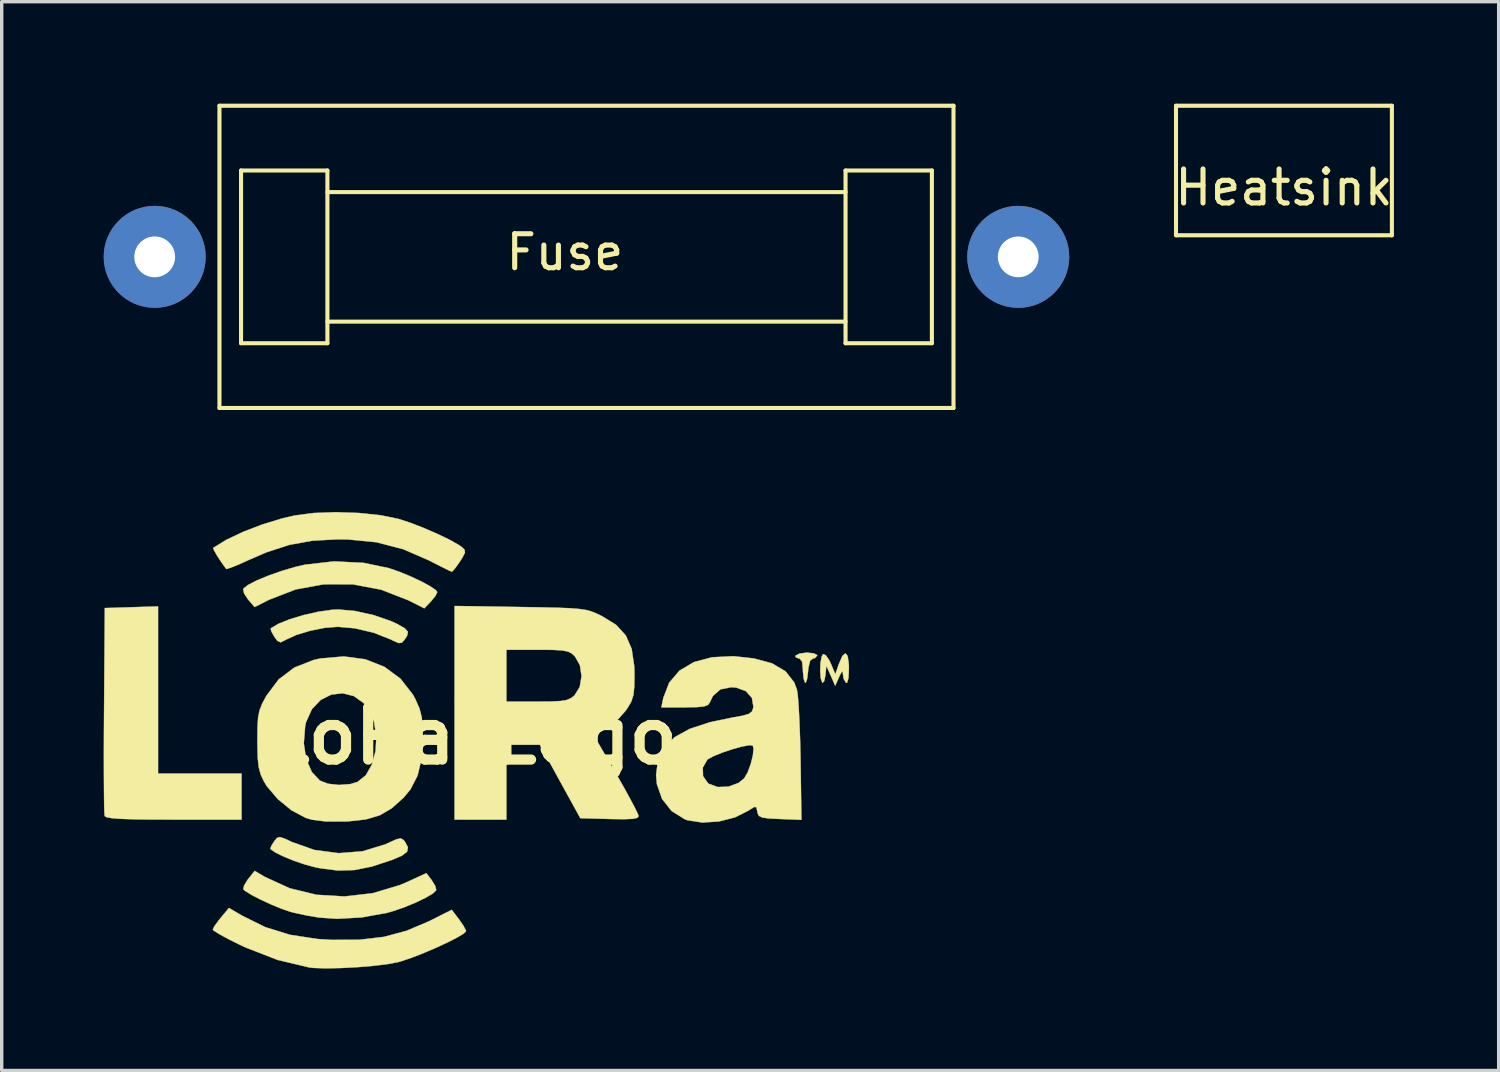
<source format=kicad_pcb>
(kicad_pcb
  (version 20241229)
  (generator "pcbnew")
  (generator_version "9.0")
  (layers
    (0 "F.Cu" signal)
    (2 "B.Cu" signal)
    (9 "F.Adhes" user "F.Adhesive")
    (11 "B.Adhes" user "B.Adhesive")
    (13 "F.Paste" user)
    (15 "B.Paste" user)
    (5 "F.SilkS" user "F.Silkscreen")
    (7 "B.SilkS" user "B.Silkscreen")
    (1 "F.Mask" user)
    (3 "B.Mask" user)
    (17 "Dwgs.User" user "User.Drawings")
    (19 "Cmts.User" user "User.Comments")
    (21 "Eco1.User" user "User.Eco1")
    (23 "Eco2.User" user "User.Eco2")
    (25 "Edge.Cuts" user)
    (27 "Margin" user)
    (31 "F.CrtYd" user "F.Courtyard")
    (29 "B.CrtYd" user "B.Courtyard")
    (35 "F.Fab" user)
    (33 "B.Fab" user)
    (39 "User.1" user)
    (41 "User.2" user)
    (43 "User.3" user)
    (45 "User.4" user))
  (footprint "LoRa Logo"
    (layer "F.Cu")
    (at 10.828 18.602)
    (property "Reference" "LoRa Logo" (at 0 0 0) (layer "F.SilkS") (effects (font (size 1.524 1.524) (thickness 0.3))))
    (attr through_hole)
    (fp_poly (pts (xy -9.229 1.101) (xy -6.773 1.101) (xy -6.773 2.455) (xy -8.766 2.455) (xy -9.435 2.453) (xy -9.952 2.446) (xy -10.33 2.433) (xy -10.587 2.414) (xy -10.737 2.387) (xy -10.798 2.352) (xy -10.799 2.349) (xy -10.808 2.242) (xy -10.815 1.986) (xy -10.819 1.6) (xy -10.822 1.105) (xy -10.823 0.521) (xy -10.821 -0.134) (xy -10.817 -0.762) (xy -10.795 -3.768) (xy -9.229 -3.816) (xy -9.229 1.101)) (stroke (width 0.01) (type solid)) (fill yes) (layer "F.SilkS"))
    (fp_poly (pts (xy 10.063 -2.434) (xy 10.158 -2.381) (xy 10.16 -2.371) (xy 10.092 -2.295) (xy 10.038 -2.286) (xy 9.95 -2.219) (xy 9.899 -2.007) (xy 9.889 -1.897) (xy 9.862 -1.683) (xy 9.823 -1.573) (xy 9.8 -1.573) (xy 9.759 -1.692) (xy 9.738 -1.907) (xy 9.737 -1.961) (xy 9.715 -2.188) (xy 9.643 -2.28) (xy 9.605 -2.286) (xy 9.517 -2.327) (xy 9.525 -2.371) (xy 9.638 -2.428) (xy 9.843 -2.455) (xy 9.869 -2.455) (xy 10.063 -2.434)) (stroke (width 0.01) (type solid)) (fill yes) (layer "F.SilkS"))
    (fp_poly (pts (xy -5.501 3.015) (xy -5.302 3.11) (xy -4.628 3.349) (xy -3.919 3.442) (xy -3.213 3.387) (xy -2.545 3.183) (xy -2.445 3.137) (xy -2.22 3.035) (xy -2.093 3.007) (xy -2.013 3.05) (xy -1.969 3.104) (xy -1.879 3.271) (xy -1.905 3.402) (xy -2.063 3.52) (xy -2.347 3.64) (xy -2.941 3.836) (xy -3.454 3.939) (xy -3.944 3.953) (xy -4.466 3.885) (xy -4.614 3.855) (xy -4.912 3.775) (xy -5.231 3.666) (xy -5.531 3.544) (xy -5.77 3.427) (xy -5.908 3.334) (xy -5.927 3.301) (xy -5.882 3.2) (xy -5.807 3.086) (xy -5.729 2.993) (xy -5.644 2.969) (xy -5.501 3.015)) (stroke (width 0.01) (type solid)) (fill yes) (layer "F.SilkS"))
    (fp_poly (pts (xy -3.185 -5.097) (xy -2.446 -4.943) (xy -2.135 -4.836) (xy -1.803 -4.699) (xy -1.487 -4.551) (xy -1.227 -4.41) (xy -1.059 -4.295) (xy -1.016 -4.237) (xy -1.069 -4.126) (xy -1.199 -3.966) (xy -1.206 -3.958) (xy -1.397 -3.759) (xy -1.863 -3.994) (xy -2.664 -4.307) (xy -3.501 -4.465) (xy -4.35 -4.467) (xy -5.183 -4.314) (xy -5.961 -4.013) (xy -6.39 -3.797) (xy -6.583 -4.021) (xy -6.697 -4.194) (xy -6.726 -4.323) (xy -6.721 -4.335) (xy -6.589 -4.443) (xy -6.331 -4.577) (xy -5.986 -4.72) (xy -5.592 -4.859) (xy -5.188 -4.978) (xy -4.909 -5.043) (xy -4.053 -5.14) (xy -3.185 -5.097)) (stroke (width 0.01) (type solid)) (fill yes) (layer "F.SilkS"))
    (fp_poly (pts (xy 11.055 -2.354) (xy 11.089 -2.112) (xy 11.091 -1.992) (xy 11.078 -1.715) (xy 11.041 -1.575) (xy 11.007 -1.566) (xy 10.937 -1.685) (xy 10.918 -1.804) (xy 10.907 -1.908) (xy 10.867 -1.873) (xy 10.801 -1.736) (xy 10.688 -1.482) (xy 10.558 -1.778) (xy 10.428 -2.074) (xy 10.4 -1.791) (xy 10.365 -1.62) (xy 10.317 -1.566) (xy 10.308 -1.572) (xy 10.263 -1.702) (xy 10.246 -1.92) (xy 10.256 -2.158) (xy 10.292 -2.347) (xy 10.331 -2.414) (xy 10.413 -2.378) (xy 10.517 -2.225) (xy 10.555 -2.144) (xy 10.692 -1.82) (xy 10.792 -2.112) (xy 10.899 -2.357) (xy 10.989 -2.437) (xy 11.055 -2.354)) (stroke (width 0.01) (type solid)) (fill yes) (layer "F.SilkS"))
    (fp_poly (pts (xy -3.43 -3.68) (xy -2.886 -3.559) (xy -2.376 -3.383) (xy -2.199 -3.301) (xy -1.971 -3.172) (xy -1.879 -3.068) (xy -1.905 -2.948) (xy -1.975 -2.843) (xy -2.058 -2.749) (xy -2.151 -2.737) (xy -2.315 -2.808) (xy -2.377 -2.84) (xy -2.88 -3.04) (xy -3.45 -3.173) (xy -3.943 -3.216) (xy -4.329 -3.185) (xy -4.757 -3.099) (xy -5.159 -2.978) (xy -5.466 -2.838) (xy -5.48 -2.829) (xy -5.622 -2.759) (xy -5.72 -2.802) (xy -5.809 -2.923) (xy -5.898 -3.082) (xy -5.917 -3.166) (xy -5.917 -3.167) (xy -5.694 -3.302) (xy -5.352 -3.439) (xy -4.94 -3.563) (xy -4.51 -3.66) (xy -4.109 -3.717) (xy -3.921 -3.725) (xy -3.43 -3.68)) (stroke (width 0.01) (type solid)) (fill yes) (layer "F.SilkS"))
    (fp_poly (pts (xy -6.088 4.14) (xy -5.36 4.474) (xy -4.569 4.666) (xy -3.744 4.715) (xy -2.915 4.62) (xy -2.113 4.38) (xy -1.918 4.297) (xy -1.338 4.031) (xy -1.179 4.238) (xy -1.074 4.409) (xy -1.046 4.53) (xy -1.142 4.626) (xy -1.36 4.755) (xy -1.658 4.898) (xy -1.996 5.037) (xy -2.334 5.152) (xy -2.502 5.199) (xy -3.241 5.332) (xy -3.965 5.373) (xy -4.487 5.337) (xy -4.839 5.278) (xy -5.195 5.202) (xy -5.332 5.168) (xy -5.588 5.081) (xy -5.894 4.955) (xy -6.206 4.812) (xy -6.478 4.671) (xy -6.665 4.556) (xy -6.72 4.505) (xy -6.701 4.4) (xy -6.599 4.23) (xy -6.575 4.199) (xy -6.387 3.963) (xy -6.088 4.14)) (stroke (width 0.01) (type solid)) (fill yes) (layer "F.SilkS"))
    (fp_poly (pts (xy -6.759 5.28) (xy -6.072 5.619) (xy -5.345 5.844) (xy -4.535 5.967) (xy -4.135 5.992) (xy -3.31 5.989) (xy -2.587 5.904) (xy -1.919 5.725) (xy -1.257 5.444) (xy -1.222 5.426) (xy -0.591 5.109) (xy -0.38 5.385) (xy -0.247 5.576) (xy -0.174 5.715) (xy -0.169 5.738) (xy -0.243 5.811) (xy -0.441 5.928) (xy -0.728 6.074) (xy -1.071 6.232) (xy -1.434 6.387) (xy -1.785 6.523) (xy -2.087 6.624) (xy -2.159 6.645) (xy -2.468 6.704) (xy -2.889 6.756) (xy -3.369 6.796) (xy -3.859 6.821) (xy -4.307 6.83) (xy -4.663 6.817) (xy -4.784 6.803) (xy -5.71 6.583) (xy -6.665 6.212) (xy -6.837 6.131) (xy -7.163 5.968) (xy -7.422 5.827) (xy -7.583 5.726) (xy -7.62 5.689) (xy -7.57 5.589) (xy -7.445 5.416) (xy -7.382 5.339) (xy -7.144 5.054) (xy -6.759 5.28)) (stroke (width 0.01) (type solid)) (fill yes) (layer "F.SilkS"))
    (fp_poly (pts (xy -3.322 -6.564) (xy -2.679 -6.496) (xy -2.159 -6.39) (xy -1.817 -6.279) (xy -1.418 -6.124) (xy -1.012 -5.948) (xy -0.648 -5.773) (xy -0.377 -5.619) (xy -0.307 -5.571) (xy -0.214 -5.486) (xy -0.202 -5.397) (xy -0.277 -5.251) (xy -0.349 -5.138) (xy -0.48 -4.952) (xy -0.573 -4.846) (xy -0.593 -4.837) (xy -0.682 -4.877) (xy -0.884 -4.977) (xy -1.159 -5.117) (xy -1.255 -5.167) (xy -2.023 -5.5) (xy -2.807 -5.703) (xy -3.656 -5.786) (xy -3.937 -5.789) (xy -4.687 -5.749) (xy -5.367 -5.626) (xy -6.047 -5.405) (xy -6.541 -5.191) (xy -6.84 -5.056) (xy -7.075 -4.96) (xy -7.208 -4.917) (xy -7.225 -4.918) (xy -7.364 -5.111) (xy -7.495 -5.312) (xy -7.586 -5.47) (xy -7.608 -5.536) (xy -7.228 -5.771) (xy -6.729 -6.008) (xy -6.163 -6.225) (xy -5.579 -6.404) (xy -5.216 -6.489) (xy -4.656 -6.563) (xy -4.003 -6.587) (xy -3.322 -6.564)) (stroke (width 0.01) (type solid)) (fill yes) (layer "F.SilkS"))
    (fp_poly (pts (xy 1.418 -3.798) (xy 2.038 -3.788) (xy 2.514 -3.777) (xy 2.872 -3.763) (xy 3.138 -3.743) (xy 3.338 -3.715) (xy 3.497 -3.674) (xy 3.641 -3.619) (xy 3.796 -3.546) (xy 3.831 -3.528) (xy 4.244 -3.273) (xy 4.529 -2.962) (xy 4.701 -2.567) (xy 4.777 -2.059) (xy 4.784 -1.807) (xy 4.778 -1.449) (xy 4.752 -1.206) (xy 4.692 -1.019) (xy 4.585 -0.835) (xy 4.53 -0.755) (xy 4.304 -0.498) (xy 4.034 -0.275) (xy 3.93 -0.211) (xy 3.584 -0.029) (xy 4.243 1.107) (xy 4.471 1.506) (xy 4.665 1.859) (xy 4.811 2.136) (xy 4.893 2.311) (xy 4.906 2.352) (xy 4.867 2.403) (xy 4.73 2.433) (xy 4.471 2.443) (xy 4.067 2.438) (xy 4.051 2.437) (xy 3.191 2.413) (xy 2.003 0.254) (xy 1.016 0.254) (xy 1.016 2.455) (xy -0.508 2.455) (xy -0.508 -2.54) (xy 1.016 -2.54) (xy 1.016 -1.016) (xy 1.921 -1.016) (xy 2.332 -1.019) (xy 2.61 -1.033) (xy 2.794 -1.064) (xy 2.919 -1.118) (xy 3.021 -1.2) (xy 3.174 -1.448) (xy 3.227 -1.767) (xy 3.178 -2.089) (xy 3.033 -2.344) (xy 2.939 -2.431) (xy 2.828 -2.488) (xy 2.664 -2.52) (xy 2.411 -2.536) (xy 2.033 -2.54) (xy 1.933 -2.54) (xy 1.016 -2.54) (xy -0.508 -2.54) (xy -0.508 -3.828) (xy 1.418 -3.798)) (stroke (width 0.01) (type solid)) (fill yes) (layer "F.SilkS"))
    (fp_poly (pts (xy -3.133 -2.26) (xy -2.572 -2.039) (xy -2.099 -1.69) (xy -1.731 -1.219) (xy -1.658 -1.082) (xy -1.539 -0.811) (xy -1.472 -0.55) (xy -1.444 -0.231) (xy -1.439 0.044) (xy -1.477 0.662) (xy -1.595 1.158) (xy -1.805 1.566) (xy -2.008 1.811) (xy -2.354 2.121) (xy -2.706 2.327) (xy -3.115 2.449) (xy -3.628 2.506) (xy -3.768 2.511) (xy -4.302 2.509) (xy -4.7 2.459) (xy -4.878 2.408) (xy -5.3 2.185) (xy -5.705 1.854) (xy -6.031 1.471) (xy -6.12 1.324) (xy -6.211 1.128) (xy -6.267 0.918) (xy -6.297 0.648) (xy -6.307 0.27) (xy -6.307 0.212) (xy -4.942 0.212) (xy -4.873 0.674) (xy -4.706 1.056) (xy -4.468 1.308) (xy -4.228 1.401) (xy -3.904 1.436) (xy -3.573 1.41) (xy -3.362 1.347) (xy -3.117 1.149) (xy -2.938 0.833) (xy -2.832 0.438) (xy -2.808 0.008) (xy -2.876 -0.419) (xy -2.949 -0.623) (xy -3.176 -0.967) (xy -3.469 -1.178) (xy -3.799 -1.261) (xy -4.135 -1.221) (xy -4.447 -1.064) (xy -4.704 -0.793) (xy -4.875 -0.415) (xy -4.902 -0.296) (xy -4.942 0.212) (xy -6.307 0.212) (xy -6.308 0.127) (xy -6.304 -0.272) (xy -6.286 -0.551) (xy -6.243 -0.763) (xy -6.166 -0.957) (xy -6.045 -1.183) (xy -5.684 -1.666) (xy -5.222 -2.017) (xy -4.65 -2.241) (xy -4.451 -2.285) (xy -3.765 -2.344) (xy -3.133 -2.26)) (stroke (width 0.01) (type solid)) (fill yes) (layer "F.SilkS"))
    (fp_poly (pts (xy 8.29 -2.287) (xy 8.83 -2.141) (xy 9.226 -1.907) (xy 9.481 -1.583) (xy 9.562 -1.368) (xy 9.588 -1.19) (xy 9.613 -0.874) (xy 9.635 -0.451) (xy 9.654 0.049) (xy 9.667 0.594) (xy 9.669 0.702) (xy 9.694 2.462) (xy 9.059 2.437) (xy 8.734 2.421) (xy 8.541 2.394) (xy 8.444 2.345) (xy 8.404 2.262) (xy 8.397 2.221) (xy 8.371 2.095) (xy 8.31 2.081) (xy 8.166 2.171) (xy 8.143 2.187) (xy 7.741 2.389) (xy 7.266 2.51) (xy 6.78 2.541) (xy 6.347 2.474) (xy 6.265 2.445) (xy 5.877 2.204) (xy 5.596 1.848) (xy 5.442 1.409) (xy 5.419 1.143) (xy 5.447 0.927) (xy 6.793 0.927) (xy 6.801 1.176) (xy 6.947 1.385) (xy 6.964 1.398) (xy 7.23 1.497) (xy 7.547 1.486) (xy 7.845 1.376) (xy 8.01 1.243) (xy 8.113 1.067) (xy 8.203 0.823) (xy 8.266 0.569) (xy 8.286 0.364) (xy 8.262 0.275) (xy 8.154 0.267) (xy 7.937 0.309) (xy 7.661 0.386) (xy 7.372 0.482) (xy 7.12 0.583) (xy 6.951 0.673) (xy 6.925 0.695) (xy 6.793 0.927) (xy 5.447 0.927) (xy 5.476 0.703) (xy 5.654 0.335) (xy 5.963 0.031) (xy 6.41 -0.215) (xy 7.006 -0.41) (xy 7.649 -0.544) (xy 7.964 -0.601) (xy 8.148 -0.655) (xy 8.24 -0.725) (xy 8.276 -0.829) (xy 8.281 -0.868) (xy 8.237 -1.128) (xy 8.058 -1.324) (xy 7.774 -1.429) (xy 7.633 -1.439) (xy 7.311 -1.376) (xy 7.09 -1.18) (xy 7.001 -0.995) (xy 6.948 -0.92) (xy 6.834 -0.875) (xy 6.622 -0.853) (xy 6.278 -0.847) (xy 6.261 -0.847) (xy 5.575 -0.847) (xy 5.632 -1.122) (xy 5.805 -1.574) (xy 6.108 -1.927) (xy 6.532 -2.178) (xy 7.065 -2.32) (xy 7.697 -2.351) (xy 8.29 -2.287)) (stroke (width 0.01) (type solid)) (fill yes) (layer "F.SilkS")))
  (footprint "Fuse"
    (layer "F.Cu")
    (at 14.2 4.505)
    (property "Reference" "Fuse" (at -0.635 -0.135 0) (layer "F.SilkS") (effects (font (size 1 1) (thickness 0.15))))
    (attr through_hole)
    (fp_line (start -10.795 -4.445) (end 10.795 -4.445) (stroke (width 0.12) (type solid)) (layer "F.SilkS"))
    (fp_line (start -10.795 4.445) (end -10.795 -4.445) (stroke (width 0.12) (type solid)) (layer "F.SilkS"))
    (fp_line (start -10.16 -2.54) (end -10.16 2.54) (stroke (width 0.12) (type solid)) (layer "F.SilkS"))
    (fp_line (start -10.16 2.54) (end -7.62 2.54) (stroke (width 0.12) (type solid)) (layer "F.SilkS"))
    (fp_line (start -7.62 -2.54) (end -10.16 -2.54) (stroke (width 0.12) (type solid)) (layer "F.SilkS"))
    (fp_line (start -7.62 -1.905) (end 7.62 -1.905) (stroke (width 0.12) (type solid)) (layer "F.SilkS"))
    (fp_line (start -7.62 1.905) (end 7.62 1.905) (stroke (width 0.12) (type solid)) (layer "F.SilkS"))
    (fp_line (start -7.62 2.54) (end -7.62 -2.54) (stroke (width 0.12) (type solid)) (layer "F.SilkS"))
    (fp_line (start 7.62 -2.54) (end 10.16 -2.54) (stroke (width 0.12) (type solid)) (layer "F.SilkS"))
    (fp_line (start 7.62 2.54) (end 7.62 -2.54) (stroke (width 0.12) (type solid)) (layer "F.SilkS"))
    (fp_line (start 10.16 -2.54) (end 10.16 2.54) (stroke (width 0.12) (type solid)) (layer "F.SilkS"))
    (fp_line (start 10.16 2.54) (end 7.62 2.54) (stroke (width 0.12) (type solid)) (layer "F.SilkS"))
    (fp_line (start 10.795 -4.445) (end 10.795 4.445) (stroke (width 0.12) (type solid)) (layer "F.SilkS"))
    (fp_line (start 10.795 4.445) (end -10.795 4.445) (stroke (width 0.12) (type solid)) (layer "F.SilkS"))
    (pad "1" thru_hole circle (at 12.7 0) (size 3 3) (drill 1.2) (layers "*.Cu" "*.Mask"))
    (pad "2" thru_hole circle (at -12.7 0) (size 3 3) (drill 1.2) (layers "*.Cu" "*.Mask")))
  (footprint "Heatsink"
    (layer "F.Cu")
    (at 34.715 1.965)
    (property "Reference" "Heatsink" (at 0 0.5 0) (layer "F.SilkS") (effects (font (size 1 1) (thickness 0.15))))
    (attr through_hole)
    (fp_line (start -3.175 -1.905) (end 3.175 -1.905) (stroke (width 0.12) (type solid)) (layer "F.SilkS"))
    (fp_line (start -3.175 1.905) (end -3.175 -1.905) (stroke (width 0.12) (type solid)) (layer "F.SilkS"))
    (fp_line (start 3.175 -1.905) (end 3.175 1.905) (stroke (width 0.12) (type solid)) (layer "F.SilkS"))
    (fp_line (start 3.175 1.905) (end -3.175 1.905) (stroke (width 0.12) (type solid)) (layer "F.SilkS")))
  (gr_rect
    (start -3 -3)
    (end 41.031 28.437)
    (stroke (width 0.1) (type default))
    (fill no)
    (layer "Edge.Cuts")))
</source>
